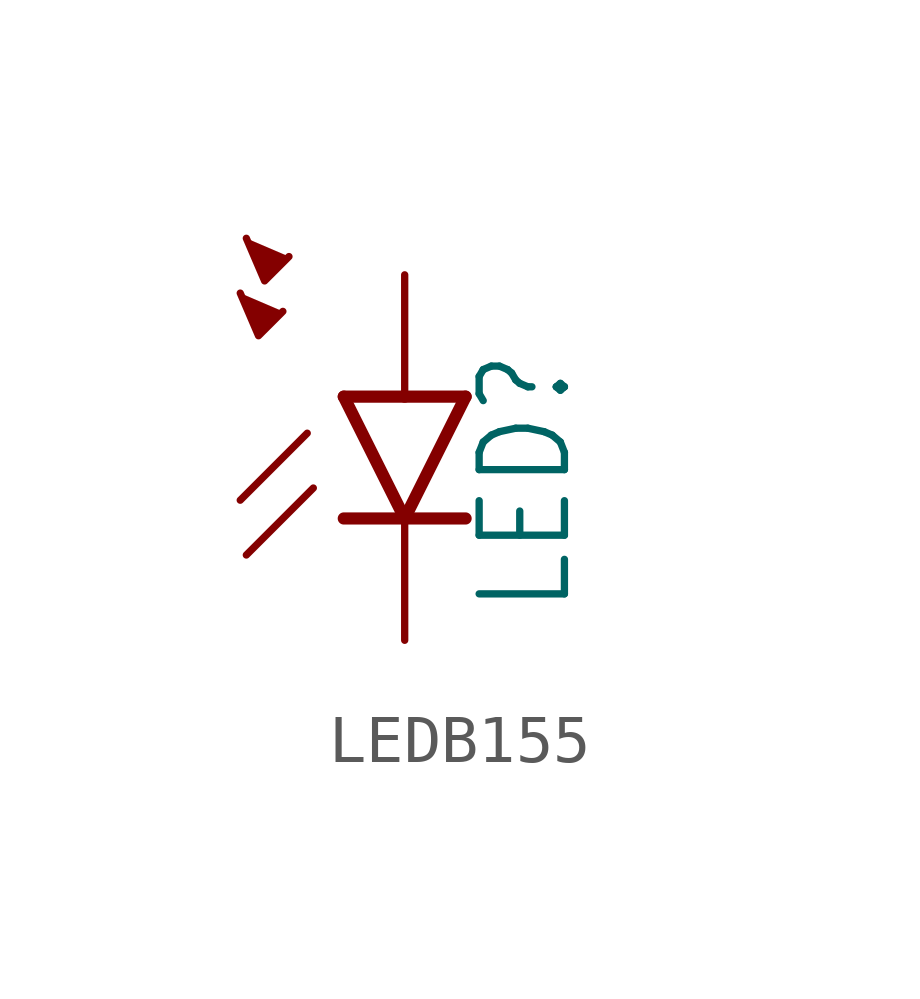
<source format=kicad_sym>
(kicad_symbol_lib
  (version 20241209)
  (generator "kicad_symbol_editor")
  (generator_version "9.0")
  (symbol "LEDB155"
    (property "Reference" "LED"
      (at 3.556 -4.572 90)
      (effects (font (size 1.778 1.511)) (justify left bottom)))
    (property "Value" ""
      (at 5.715 -4.572 90)
      (effects (font (size 1.778 1.511)) (justify left bottom)))
    (property "ki_locked" ""
      (at 0 0 0)
      (effects (font (size 1.27 1.27))))
    (symbol "LEDB155_1_0"
      (polyline (pts (xy -3.429 2.159) (xy -3.048 1.27) (xy -2.54 1.778)) (stroke (width 0.152) (type solid)) (fill (type outline)))
      (polyline (pts (xy -3.302 3.302) (xy -2.921 2.413) (xy -2.413 2.921)) (stroke (width 0.152) (type solid)) (fill (type outline)))
      (polyline (pts (xy -2.032 -0.762) (xy -3.429 -2.159)) (stroke (width 0.152) (type solid)) (fill (type none)))
      (polyline (pts (xy -1.905 -1.905) (xy -3.302 -3.302)) (stroke (width 0.152) (type solid)) (fill (type none)))
      (polyline (pts (xy 0 0) (xy -1.27 0)) (stroke (width 0.254) (type solid)) (fill (type none)))
      (polyline (pts (xy 0 -2.54) (xy -1.27 0)) (stroke (width 0.254) (type solid)) (fill (type none)))
      (polyline (pts (xy 0 -2.54) (xy -1.27 -2.54)) (stroke (width 0.254) (type solid)) (fill (type none)))
      (polyline (pts (xy 1.27 0) (xy 0 0)) (stroke (width 0.254) (type solid)) (fill (type none)))
      (polyline (pts (xy 1.27 0) (xy 0 -2.54)) (stroke (width 0.254) (type solid)) (fill (type none)))
      (polyline (pts (xy 1.27 -2.54) (xy 0 -2.54)) (stroke (width 0.254) (type solid)) (fill (type none)))
      (pin passive line (at 0 2.54 270) (length 2.54) (name "A" (effects (font (size 0 0)))) (number "A" (effects (font (size 0 0)))))
      (pin passive line (at 0 -5.08 90) (length 2.54) (name "C" (effects (font (size 0 0)))) (number "K" (effects (font (size 0 0))))))))
</source>
